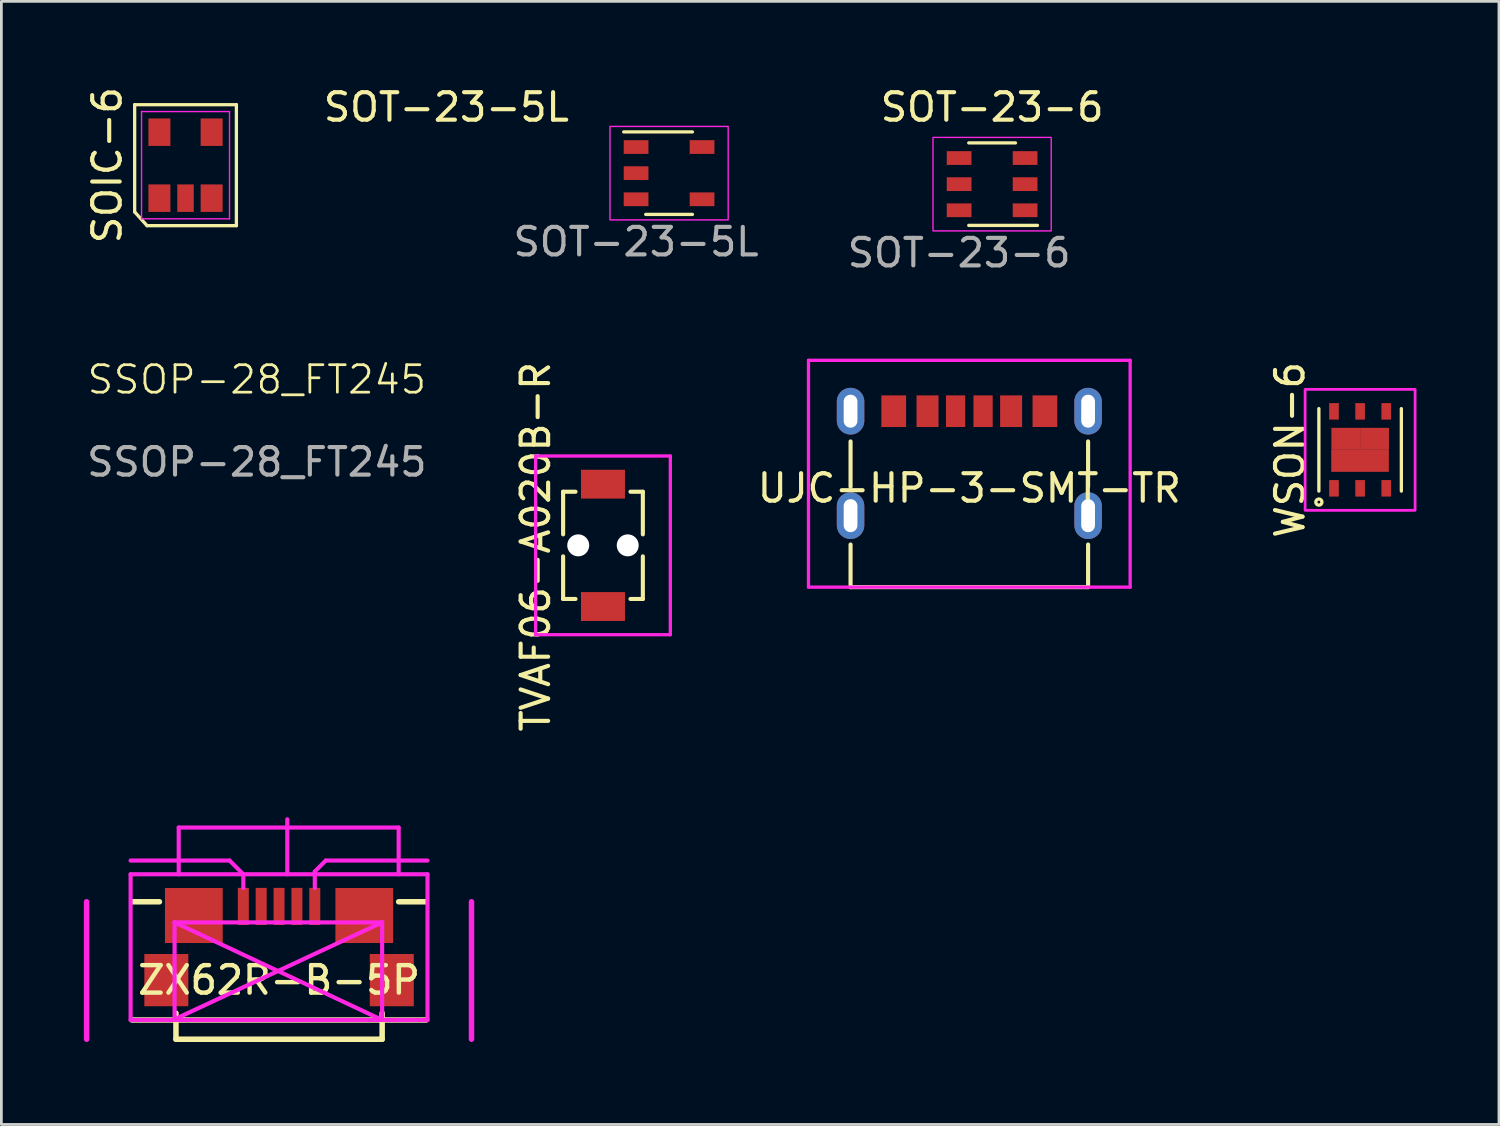
<source format=kicad_pcb>
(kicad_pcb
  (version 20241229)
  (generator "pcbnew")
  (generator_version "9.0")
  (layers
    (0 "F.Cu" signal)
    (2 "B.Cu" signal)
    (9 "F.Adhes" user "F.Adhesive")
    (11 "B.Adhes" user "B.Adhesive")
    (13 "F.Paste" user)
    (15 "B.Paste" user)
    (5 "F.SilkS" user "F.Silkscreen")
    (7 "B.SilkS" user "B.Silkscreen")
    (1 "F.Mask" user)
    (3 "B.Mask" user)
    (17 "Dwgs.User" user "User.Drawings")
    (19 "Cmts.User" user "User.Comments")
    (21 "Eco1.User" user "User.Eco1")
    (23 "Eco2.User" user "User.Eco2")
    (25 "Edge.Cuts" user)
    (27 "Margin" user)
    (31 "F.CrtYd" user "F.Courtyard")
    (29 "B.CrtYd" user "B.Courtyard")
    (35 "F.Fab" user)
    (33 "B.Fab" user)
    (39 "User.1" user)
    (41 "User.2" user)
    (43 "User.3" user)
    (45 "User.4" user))
  (footprint "SOT-23-5L"
    (layer "F.Cu")
    (at 21.286 3.248)
    (property "Reference" "SOT-23-5L" (at -8.1 -2.4 0) (unlocked yes) (layer "F.SilkS") (effects (font (size 1 1) (thickness 0.15))))
    (attr smd)
    (fp_line (start 0.85 -1.5) (end -1.65 -1.5) (stroke (width 0.12) (type solid)) (layer "F.SilkS"))
    (fp_line (start 0.85 1.5) (end -0.85 1.5) (stroke (width 0.12) (type solid)) (layer "F.SilkS"))
    (fp_rect (start -2.15 1.7) (end 2.15 -1.7) (stroke (width 0.05) (type solid)) (fill no) (layer "F.CrtYd"))
    (fp_text user "${REFERENCE}" (at -1.2 2.5 0) (unlocked yes) (layer "F.Fab") (effects (font (size 1 1) (thickness 0.15))))
    (pad "1" smd rect (at -1.2 -0.95) (size 0.9 0.5) (layers "F.Cu" "F.Mask" "F.Paste"))
    (pad "2" smd rect (at -1.2 0) (size 0.9 0.5) (layers "F.Cu" "F.Mask" "F.Paste"))
    (pad "3" smd rect (at -1.2 0.95) (size 0.9 0.5) (layers "F.Cu" "F.Mask" "F.Paste"))
    (pad "4" smd rect (at 1.2 0.95) (size 0.9 0.5) (layers "F.Cu" "F.Mask" "F.Paste"))
    (pad "5" smd rect (at 1.2 -0.95) (size 0.9 0.5) (layers "F.Cu" "F.Mask" "F.Paste")))
  (footprint "WSON-6"
    (layer "F.Cu")
    (at 46.421 13.312)
    (property "Reference" "WSON-6" (at -2.55 0 90) (unlocked yes) (layer "F.SilkS") (effects (font (size 1 1) (thickness 0.15))))
    (attr smd)
    (fp_line (start -1.5 -1.5) (end -1.5 1.5) (stroke (width 0.12) (type solid)) (layer "F.SilkS"))
    (fp_line (start 1.5 -1.5) (end 1.5 1.5) (stroke (width 0.12) (type solid)) (layer "F.SilkS"))
    (fp_circle (center -1.5 1.9) (end -1.4 1.85) (stroke (width 0.12) (type solid)) (fill no) (layer "F.SilkS"))
    (fp_rect (start -2 2.2) (end 2 -2.2) (stroke (width 0.1) (type solid)) (fill no) (layer "F.CrtYd"))
    (pad "1" smd rect (at -0.95 1.4) (size 0.35 0.6) (layers "F.Cu" "F.Mask" "F.Paste"))
    (pad "2" smd rect (at 0 1.4) (size 0.35 0.6) (layers "F.Cu" "F.Mask" "F.Paste"))
    (pad "3" smd rect (at 0.95 1.4) (size 0.35 0.6) (layers "F.Cu" "F.Mask" "F.Paste"))
    (pad "4" smd rect (at 0.95 -1.4) (size 0.35 0.6) (layers "F.Cu" "F.Mask" "F.Paste"))
    (pad "5" smd rect (at 0 -1.4) (size 0.35 0.6) (layers "F.Cu" "F.Mask" "F.Paste"))
    (pad "6" smd rect (at -0.95 -1.4) (size 0.35 0.6) (layers "F.Cu" "F.Mask" "F.Paste"))
    (pad "7" smd rect (at -0.525 0.4) (size 1.05 0.8) (layers "F.Cu" "F.Mask" "F.Paste"))
    (pad "7" smd rect (at -0.52 -0.4) (size 1.05 0.8) (layers "F.Cu" "F.Mask" "F.Paste"))
    (pad "7" smd rect (at 0.52 0.4) (size 1.05 0.8) (layers "F.Cu" "F.Mask" "F.Paste"))
    (pad "7" smd rect (at 0.525 -0.4) (size 1.05 0.8) (layers "F.Cu" "F.Mask" "F.Paste")))
  (footprint "SOIC-6"
    (layer "F.Cu")
    (at 3.698 2.958)
    (property "Reference" "SOIC-6" (at -2.85 0 90) (layer "F.SilkS") (effects (font (size 1 1) (thickness 0.15))))
    (attr smd)
    (fp_line (start -1.85 -2.2) (end 1.85 -2.2) (stroke (width 0.12) (type default)) (layer "F.SilkS"))
    (fp_line (start -1.85 1.7) (end -1.85 -2.2) (stroke (width 0.12) (type default)) (layer "F.SilkS"))
    (fp_line (start -1.4 2.2) (end -1.85 1.7) (stroke (width 0.12) (type default)) (layer "F.SilkS"))
    (fp_line (start 1.85 -2.2) (end 1.85 2.2) (stroke (width 0.12) (type default)) (layer "F.SilkS"))
    (fp_line (start 1.85 2.2) (end -1.4 2.2) (stroke (width 0.12) (type default)) (layer "F.SilkS"))
    (fp_line (start -1.6 -1.95) (end 1.6 -1.95) (stroke (width 0.05) (type default)) (layer "F.CrtYd"))
    (fp_line (start -1.6 1.95) (end -1.6 -1.95) (stroke (width 0.05) (type default)) (layer "F.CrtYd"))
    (fp_line (start 1.6 -1.95) (end 1.6 1.95) (stroke (width 0.05) (type default)) (layer "F.CrtYd"))
    (fp_line (start 1.6 1.95) (end -1.6 1.95) (stroke (width 0.05) (type default)) (layer "F.CrtYd"))
    (pad "1" smd rect (at -0.95 1.2) (size 0.8 1) (layers "F.Cu" "F.Mask" "F.Paste"))
    (pad "2" smd rect (at 0 1.2) (size 0.6 1) (layers "F.Cu" "F.Mask" "F.Paste"))
    (pad "3" smd rect (at 0.95 1.2) (size 0.8 1) (layers "F.Cu" "F.Mask" "F.Paste"))
    (pad "4" smd rect (at 0.95 -1.2) (size 0.8 1) (layers "F.Cu" "F.Mask" "F.Paste"))
    (pad "5" smd rect (at -0.95 -1.2) (size 0.8 1) (layers "F.Cu" "F.Mask" "F.Paste")))
  (footprint "TVAF06-A020B-R"
    (layer "F.Cu")
    (at 18.882 16.786)
    (property "Reference" "TVAF06-A020B-R" (at -2.45 0.05 90) (layer "F.SilkS") (effects (font (size 1 1) (thickness 0.15))))
    (attr through_hole)
    (fp_line (start -1.45 -1.95) (end -1.45 -0.4) (stroke (width 0.15) (type solid)) (layer "F.SilkS"))
    (fp_line (start -1.45 -1.95) (end -1 -1.95) (stroke (width 0.15) (type solid)) (layer "F.SilkS"))
    (fp_line (start -1.45 1.95) (end -1.45 0.4) (stroke (width 0.15) (type solid)) (layer "F.SilkS"))
    (fp_line (start -1.45 1.95) (end -1 1.95) (stroke (width 0.15) (type solid)) (layer "F.SilkS"))
    (fp_line (start 1.45 -1.95) (end 1 -1.95) (stroke (width 0.15) (type solid)) (layer "F.SilkS"))
    (fp_line (start 1.45 -1.95) (end 1.45 -0.4) (stroke (width 0.15) (type solid)) (layer "F.SilkS"))
    (fp_line (start 1.45 1.95) (end 1 1.95) (stroke (width 0.15) (type solid)) (layer "F.SilkS"))
    (fp_line (start 1.45 1.95) (end 1.45 0.4) (stroke (width 0.15) (type solid)) (layer "F.SilkS"))
    (fp_line (start -2.45 -3.25) (end 2.45 -3.25) (stroke (width 0.12) (type solid)) (layer "F.CrtYd"))
    (fp_line (start -2.45 3.25) (end -2.45 -3.25) (stroke (width 0.12) (type solid)) (layer "F.CrtYd"))
    (fp_line (start 2.45 -3.25) (end 2.45 3.25) (stroke (width 0.12) (type solid)) (layer "F.CrtYd"))
    (fp_line (start 2.45 3.25) (end -2.45 3.25) (stroke (width 0.12) (type solid)) (layer "F.CrtYd"))
    (pad "" np_thru_hole circle (at -0.9 0) (size 0.8 0.8) (drill 0.8) (layers "*.Cu" "*.Mask"))
    (pad "" np_thru_hole circle (at 0.9 0) (size 0.8 0.8) (drill 0.8) (layers "*.Cu" "*.Mask"))
    (pad "1" smd rect (at 0 -2.225) (size 1.6 1.05) (layers "F.Cu" "F.Mask" "F.Paste"))
    (pad "2" smd rect (at 0 2.225) (size 1.6 1.05) (layers "F.Cu" "F.Mask" "F.Paste")))
  (footprint "ZX62R-B-5P"
    (layer "F.Cu")
    (at 7.1 32.6)
    (property "Reference" "ZX62R-B-5P" (at 0 0 0) (layer "F.SilkS") (effects (font (size 1 1) (thickness 0.16))))
    (attr through_hole)
    (fp_line (start -5.35 1.45) (end 5.35 1.45) (stroke (width 0.2) (type solid)) (layer "F.SilkS"))
    (fp_line (start -4.35 -2.85) (end -5.35 -2.85) (stroke (width 0.2) (type solid)) (layer "F.SilkS"))
    (fp_line (start -3.75 2.15) (end -3.75 1.2) (stroke (width 0.2) (type solid)) (layer "F.SilkS"))
    (fp_line (start -3.75 2.15) (end 3.75 2.15) (stroke (width 0.2) (type solid)) (layer "F.SilkS"))
    (fp_line (start 3.75 2.15) (end 3.75 1.2) (stroke (width 0.2) (type solid)) (layer "F.SilkS"))
    (fp_line (start 4.35 -2.85) (end 5.35 -2.85) (stroke (width 0.2) (type solid)) (layer "F.SilkS"))
    (fp_line (start -7 -2.85) (end -7 2.15) (stroke (width 0.2) (type solid)) (layer "F.CrtYd"))
    (fp_line (start -5.4 -4.35) (end -1.8 -4.35) (stroke (width 0.15) (type solid)) (layer "F.CrtYd"))
    (fp_line (start -5.4 -3.85) (end -5.4 1.45) (stroke (width 0.15) (type solid)) (layer "F.CrtYd"))
    (fp_line (start -5.4 1.45) (end 5.4 1.45) (stroke (width 0.15) (type solid)) (layer "F.CrtYd"))
    (fp_line (start -3.8 -2.1) (end 3.75 -2.1) (stroke (width 0.15) (type solid)) (layer "F.CrtYd"))
    (fp_line (start -3.8 -2.1) (end 3.75 1.45) (stroke (width 0.15) (type solid)) (layer "F.CrtYd"))
    (fp_line (start -3.8 1.45) (end -3.8 -2.1) (stroke (width 0.15) (type solid)) (layer "F.CrtYd"))
    (fp_line (start -3.75 1.4) (end 3.75 -2.1) (stroke (width 0.15) (type solid)) (layer "F.CrtYd"))
    (fp_line (start -3.65 -5.55) (end -3.65 -3.85) (stroke (width 0.15) (type solid)) (layer "F.CrtYd"))
    (fp_line (start -1.8 -4.35) (end -1.3 -3.85) (stroke (width 0.15) (type solid)) (layer "F.CrtYd"))
    (fp_line (start -1.3 -3.85) (end -1.3 -3.35) (stroke (width 0.15) (type solid)) (layer "F.CrtYd"))
    (fp_line (start 0.3 -3.85) (end 0.3 -5.85) (stroke (width 0.15) (type solid)) (layer "F.CrtYd"))
    (fp_line (start 1.3 -3.95) (end 1.3 -3.35) (stroke (width 0.15) (type solid)) (layer "F.CrtYd"))
    (fp_line (start 1.7 -4.35) (end 1.3 -3.95) (stroke (width 0.15) (type solid)) (layer "F.CrtYd"))
    (fp_line (start 3.75 -2.1) (end 3.75 1.45) (stroke (width 0.15) (type solid)) (layer "F.CrtYd"))
    (fp_line (start 4.35 -5.55) (end -3.65 -5.55) (stroke (width 0.15) (type solid)) (layer "F.CrtYd"))
    (fp_line (start 4.35 -5.55) (end 4.35 -3.85) (stroke (width 0.15) (type solid)) (layer "F.CrtYd"))
    (fp_line (start 5.4 -4.35) (end 1.7 -4.35) (stroke (width 0.15) (type solid)) (layer "F.CrtYd"))
    (fp_line (start 5.4 -3.85) (end -5.4 -3.85) (stroke (width 0.15) (type solid)) (layer "F.CrtYd"))
    (fp_line (start 5.4 1.45) (end 5.4 -3.85) (stroke (width 0.15) (type solid)) (layer "F.CrtYd"))
    (fp_line (start 7 2.15) (end 7 -2.85) (stroke (width 0.2) (type solid)) (layer "F.CrtYd"))
    (pad "1" smd rect (at 1.3 -2.68) (size 0.4 1.35) (layers "F.Cu" "F.Mask" "F.Paste"))
    (pad "2" smd rect (at 0.65 -2.68) (size 0.4 1.35) (layers "F.Cu" "F.Mask" "F.Paste"))
    (pad "3" smd rect (at 0 -2.68) (size 0.4 1.35) (layers "F.Cu" "F.Mask" "F.Paste"))
    (pad "4" smd rect (at -0.65 -2.68) (size 0.4 1.35) (layers "F.Cu" "F.Mask" "F.Paste"))
    (pad "5" smd rect (at -1.3 -2.68) (size 0.4 1.35) (layers "F.Cu" "F.Mask" "F.Paste"))
    (pad "6" smd rect (at -3.1 -2.35) (size 2.1 2) (layers "F.Cu" "F.Mask" "F.Paste"))
    (pad "7" smd rect (at -4.1 0) (size 1.6 1.9) (layers "F.Cu" "F.Mask" "F.Paste"))
    (pad "8" smd rect (at 4.1 0) (size 1.6 1.9) (layers "F.Cu" "F.Mask" "F.Paste"))
    (pad "9" smd rect (at 3.1 -2.35) (size 2.1 2) (layers "F.Cu" "F.Mask" "F.Paste")))
  (footprint "SSOP-28_FT245"
    (layer "F.Cu")
    (at 6.292 11.257)
    (property "Reference" "SSOP-28_FT245" (at 0 -0.5 0) (unlocked yes) (layer "F.SilkS") (effects (font (size 1 1) (thickness 0.1))))
    (attr smd)
    (fp_text user "${REFERENCE}" (at 0 2.5 0) (unlocked yes) (layer "F.Fab") (effects (font (size 1 1) (thickness 0.15)))))
  (footprint "UJC-HP-3-SMT-TR"
    (layer "F.Cu")
    (at 32.207 11.906)
    (property "Reference" "UJC-HP-3-SMT-TR" (at 0 2.8 0) (layer "F.SilkS") (effects (font (size 1 1) (thickness 0.15))))
    (attr through_hole)
    (fp_line (start -4.32 1.1) (end -4.32 2.75) (stroke (width 0.15) (type solid)) (layer "F.SilkS"))
    (fp_line (start -4.32 4.85) (end -4.32 6.4) (stroke (width 0.15) (type solid)) (layer "F.SilkS"))
    (fp_line (start -4.32 6.4) (end 4.32 6.4) (stroke (width 0.15) (type solid)) (layer "F.SilkS"))
    (fp_line (start 4.32 1.1) (end 4.32 2.75) (stroke (width 0.15) (type solid)) (layer "F.SilkS"))
    (fp_line (start 4.32 6.4) (end 4.32 4.85) (stroke (width 0.15) (type solid)) (layer "F.SilkS"))
    (fp_line (start -5.85 -1.85) (end 5.85 -1.85) (stroke (width 0.12) (type solid)) (layer "F.CrtYd"))
    (fp_line (start -5.85 6.4) (end -5.85 -1.85) (stroke (width 0.12) (type solid)) (layer "F.CrtYd"))
    (fp_line (start 5.85 -1.85) (end 5.85 6.4) (stroke (width 0.12) (type solid)) (layer "F.CrtYd"))
    (fp_line (start 5.85 6.4) (end -5.85 6.4) (stroke (width 0.12) (type solid)) (layer "F.CrtYd"))
    (pad "A5" smd rect (at -0.5 0) (size 0.7 1.15) (layers "F.Cu" "F.Mask" "F.Paste"))
    (pad "A9" smd rect (at 1.52 0) (size 0.8 1.15) (layers "F.Cu" "F.Mask" "F.Paste"))
    (pad "A12" smd rect (at 2.75 0) (size 0.9 1.15) (layers "F.Cu" "F.Mask" "F.Paste"))
    (pad "B5" smd rect (at 0.5 0) (size 0.7 1.15) (layers "F.Cu" "F.Mask" "F.Paste"))
    (pad "B9" smd rect (at -1.52 0) (size 0.8 1.15) (layers "F.Cu" "F.Mask" "F.Paste"))
    (pad "B12" smd rect (at -2.75 0) (size 0.9 1.15) (layers "F.Cu" "F.Mask" "F.Paste"))
    (pad "Sh1" thru_hole oval (at -4.32 0) (size 1 1.7) (drill oval 0.5 1.2) (layers "*.Cu" "*.Mask" "F.Paste"))
    (pad "Sh2" thru_hole oval (at -4.32 3.8) (size 1 1.7) (drill oval 0.5 1.2) (layers "*.Cu" "*.Mask" "F.Paste"))
    (pad "Sh3" thru_hole oval (at 4.32 3.8) (size 1 1.7) (drill oval 0.5 1.2) (layers "*.Cu" "*.Mask" "F.Paste"))
    (pad "Sh4" thru_hole oval (at 4.32 0) (size 1 1.7) (drill oval 0.5 1.2) (layers "*.Cu" "*.Mask" "F.Paste")))
  (footprint "SOT-23-6"
    (layer "F.Cu")
    (at 33.036 3.648)
    (property "Reference" "SOT-23-6" (at 0 -2.8 0) (unlocked yes) (layer "F.SilkS") (effects (font (size 1 1) (thickness 0.15))))
    (attr smd)
    (fp_line (start -0.85 -1.5) (end 0.85 -1.5) (stroke (width 0.12) (type solid)) (layer "F.SilkS"))
    (fp_line (start -0.85 1.5) (end 1.65 1.5) (stroke (width 0.12) (type solid)) (layer "F.SilkS"))
    (fp_rect (start 2.15 -1.7) (end -2.15 1.7) (stroke (width 0.05) (type solid)) (fill no) (layer "F.CrtYd"))
    (fp_text user "${REFERENCE}" (at -1.2 2.5 0) (unlocked yes) (layer "F.Fab") (effects (font (size 1 1) (thickness 0.15))))
    (pad "1" smd rect (at 1.2 0.95 180) (size 0.9 0.5) (layers "F.Cu" "F.Mask" "F.Paste"))
    (pad "2" smd rect (at 1.2 0 180) (size 0.9 0.5) (layers "F.Cu" "F.Mask" "F.Paste"))
    (pad "3" smd rect (at 1.2 -0.95 180) (size 0.9 0.5) (layers "F.Cu" "F.Mask" "F.Paste"))
    (pad "4" smd rect (at -1.2 -0.95 180) (size 0.9 0.5) (layers "F.Cu" "F.Mask" "F.Paste"))
    (pad "5" smd rect (at -1.2 0 180) (size 0.9 0.5) (layers "F.Cu" "F.Mask" "F.Paste"))
    (pad "6" smd rect (at -1.2 0.95 180) (size 0.9 0.5) (layers "F.Cu" "F.Mask" "F.Paste")))
  (gr_rect
    (start -3 -3)
    (end 51.471 37.85)
    (stroke (width 0.1) (type default))
    (fill no)
    (layer "Edge.Cuts")))
</source>
